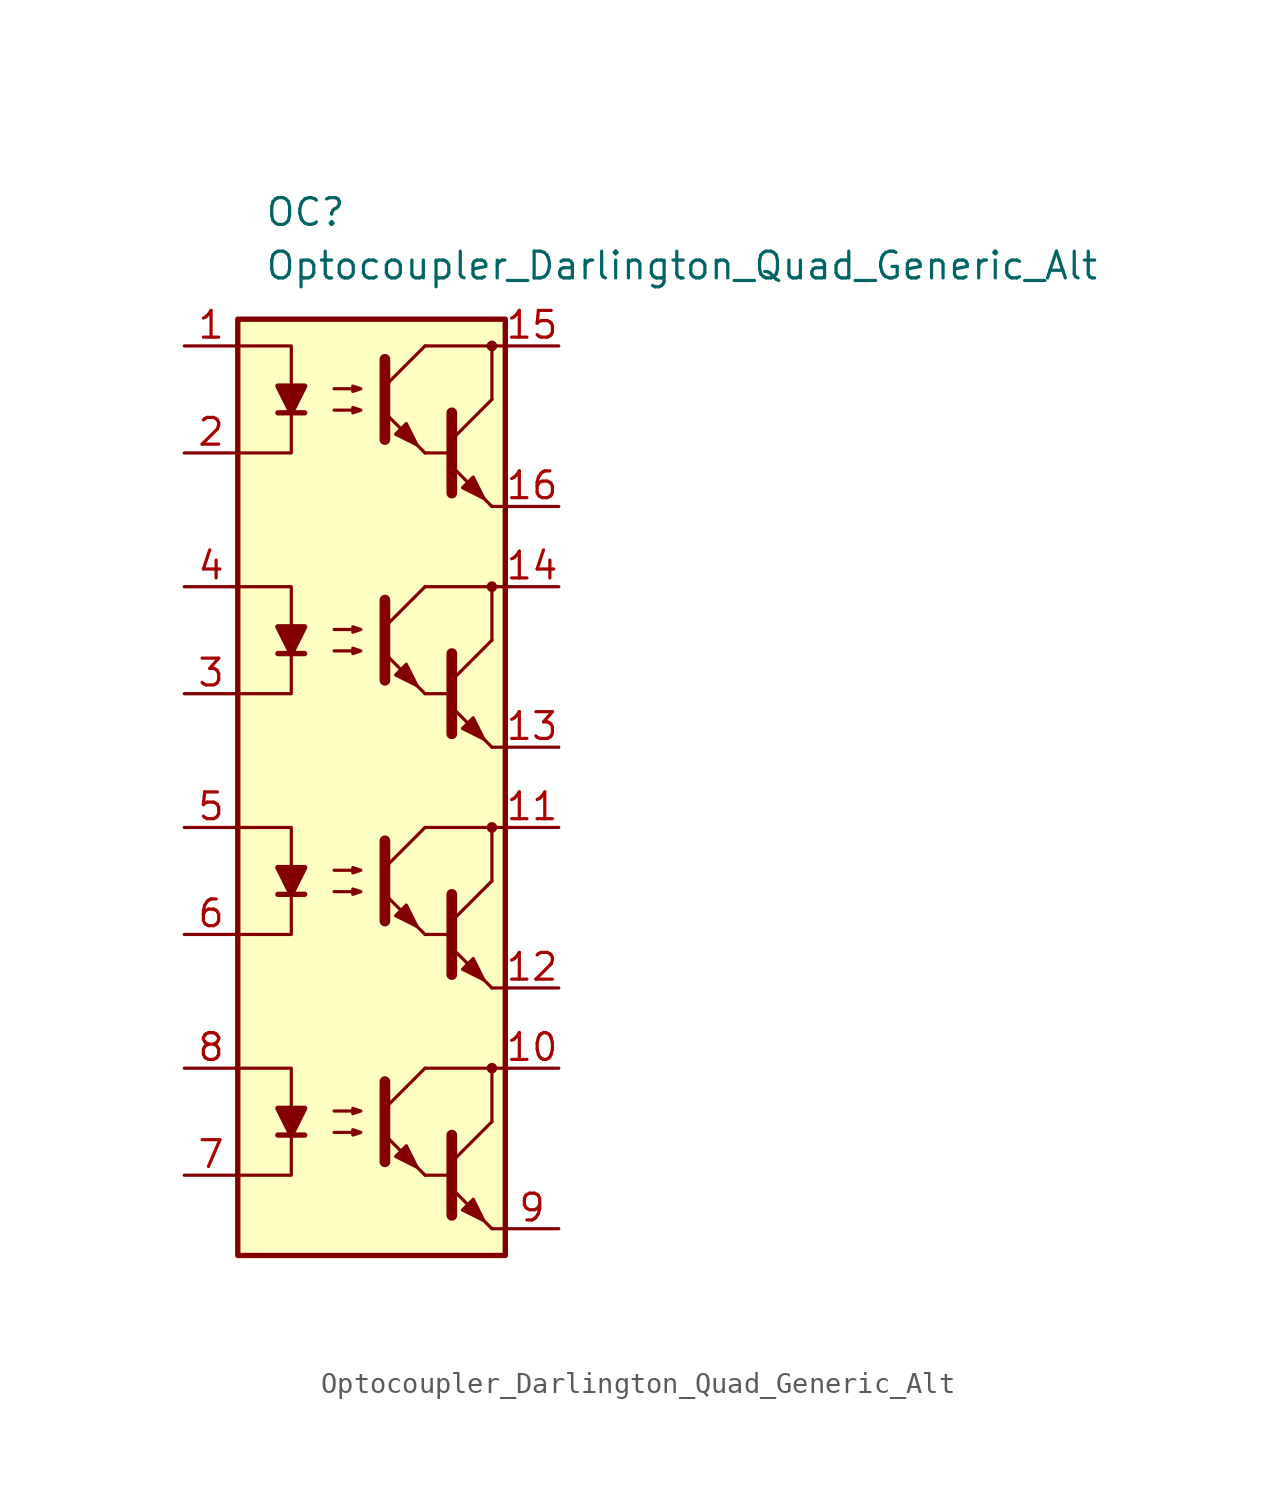
<source format=kicad_sym>
(kicad_symbol_lib
  (version 20211014)
  (generator kicad_symbol_editor)
  (symbol "Optocoupler_Darlington_Quad_Generic_Alt"
    (pin_names
      (offset 1.016))
    (property "Reference" "OC"
      (at -5.08 26.67 0)
      (effects (font (size 1.27 1.27)) (justify left)))
    (property "Value" "Optocoupler_Darlington_Quad_Generic_Alt"
      (at -5.08 24.13 0)
      (effects (font (size 1.27 1.27)) (justify left)))
    (symbol "Optocoupler_Darlington_Quad_Generic_Alt_0_1"
      (rectangle (start -6.35 21.59) (end 6.35 -22.86) (stroke (width 0.254) (type default) (color 0 0 0 0)) (fill (type background)))
      (polyline (pts (xy -4.445 17.145) (xy -3.175 17.145)) (stroke (width 0.254) (type default) (color 0 0 0 0)) (fill (type none)))
      (polyline (pts (xy 2.54 15.24) (xy 3.81 15.24)) (stroke (width 0) (type default) (color 0 0 0 0)) (fill (type none)))
      (polyline (pts (xy 3.81 15.875) (xy 5.715 17.78)) (stroke (width 0) (type default) (color 0 0 0 0)) (fill (type none)))
      (polyline (pts (xy 5.715 12.7) (xy 3.81 14.605)) (stroke (width 0) (type default) (color 0 0 0 0)) (fill (type outline)))
      (polyline (pts (xy 5.715 12.7) (xy 6.35 12.7)) (stroke (width 0) (type default) (color 0 0 0 0)) (fill (type none)))
      (polyline (pts (xy 5.715 17.78) (xy 5.715 20.32)) (stroke (width 0) (type default) (color 0 0 0 0)) (fill (type none)))
      (polyline (pts (xy 6.35 20.32) (xy 2.54 20.32)) (stroke (width 0) (type default) (color 0 0 0 0)) (fill (type none)))
      (polyline (pts (xy -6.35 20.32) (xy -3.81 20.32) (xy -3.81 17.145)) (stroke (width 0) (type default) (color 0 0 0 0)) (fill (type none)))
      (polyline (pts (xy -3.81 17.145) (xy -3.81 15.24) (xy -6.35 15.24)) (stroke (width 0) (type default) (color 0 0 0 0)) (fill (type none)))
      (polyline (pts (xy 3.81 17.145) (xy 3.81 13.335) (xy 3.81 13.335)) (stroke (width 0.508) (type default) (color 0 0 0 0)) (fill (type none)))
      (polyline (pts (xy -3.81 17.145) (xy -4.445 18.415) (xy -3.175 18.415) (xy -3.81 17.145)) (stroke (width 0.254) (type default) (color 0 0 0 0)) (fill (type outline)))
      (polyline (pts (xy -1.778 17.272) (xy -0.508 17.272) (xy -0.889 17.145) (xy -0.889 17.399) (xy -0.508 17.272)) (stroke (width 0) (type default) (color 0 0 0 0)) (fill (type none)))
      (polyline (pts (xy -1.778 18.288) (xy -0.508 18.288) (xy -0.889 18.161) (xy -0.889 18.415) (xy -0.508 18.288)) (stroke (width 0) (type default) (color 0 0 0 0)) (fill (type none)))
      (polyline (pts (xy 4.318 13.589) (xy 4.826 14.097) (xy 5.334 13.081) (xy 4.318 13.589) (xy 4.318 13.589)) (stroke (width 0) (type default) (color 0 0 0 0)) (fill (type outline)))
      (circle (center 5.715 20.32) (radius 0.178) (stroke (width 0) (type default) (color 0 0 0 0)) (fill (type outline))))
    (symbol "Optocoupler_Darlington_Quad_Generic_Alt_1_1"
      (polyline (pts (xy -4.445 -17.145) (xy -3.175 -17.145)) (stroke (width 0.254) (type default) (color 0 0 0 0)) (fill (type none)))
      (polyline (pts (xy -4.445 -5.715) (xy -3.175 -5.715)) (stroke (width 0.254) (type default) (color 0 0 0 0)) (fill (type none)))
      (polyline (pts (xy -4.445 5.715) (xy -3.175 5.715)) (stroke (width 0.254) (type default) (color 0 0 0 0)) (fill (type none)))
      (polyline (pts (xy 0.635 -15.875) (xy 2.54 -13.97)) (stroke (width 0) (type default) (color 0 0 0 0)) (fill (type none)))
      (polyline (pts (xy 0.635 -4.445) (xy 2.54 -2.54)) (stroke (width 0) (type default) (color 0 0 0 0)) (fill (type none)))
      (polyline (pts (xy 0.635 6.985) (xy 2.54 8.89)) (stroke (width 0) (type default) (color 0 0 0 0)) (fill (type none)))
      (polyline (pts (xy 0.635 18.415) (xy 2.54 20.32)) (stroke (width 0) (type default) (color 0 0 0 0)) (fill (type none)))
      (polyline (pts (xy 2.54 -19.05) (xy 0.635 -17.145)) (stroke (width 0) (type default) (color 0 0 0 0)) (fill (type outline)))
      (polyline (pts (xy 2.54 -19.05) (xy 3.81 -19.05)) (stroke (width 0) (type default) (color 0 0 0 0)) (fill (type none)))
      (polyline (pts (xy 2.54 -7.62) (xy 0.635 -5.715)) (stroke (width 0) (type default) (color 0 0 0 0)) (fill (type outline)))
      (polyline (pts (xy 2.54 -7.62) (xy 3.81 -7.62)) (stroke (width 0) (type default) (color 0 0 0 0)) (fill (type none)))
      (polyline (pts (xy 2.54 3.81) (xy 0.635 5.715)) (stroke (width 0) (type default) (color 0 0 0 0)) (fill (type outline)))
      (polyline (pts (xy 2.54 3.81) (xy 3.81 3.81)) (stroke (width 0) (type default) (color 0 0 0 0)) (fill (type none)))
      (polyline (pts (xy 2.54 15.24) (xy 0.635 17.145)) (stroke (width 0) (type default) (color 0 0 0 0)) (fill (type outline)))
      (polyline (pts (xy 3.81 -18.415) (xy 5.715 -16.51)) (stroke (width 0) (type default) (color 0 0 0 0)) (fill (type none)))
      (polyline (pts (xy 3.81 -6.985) (xy 5.715 -5.08)) (stroke (width 0) (type default) (color 0 0 0 0)) (fill (type none)))
      (polyline (pts (xy 3.81 4.445) (xy 5.715 6.35)) (stroke (width 0) (type default) (color 0 0 0 0)) (fill (type none)))
      (polyline (pts (xy 5.715 -21.59) (xy 3.81 -19.685)) (stroke (width 0) (type default) (color 0 0 0 0)) (fill (type outline)))
      (polyline (pts (xy 5.715 -21.59) (xy 6.35 -21.59)) (stroke (width 0) (type default) (color 0 0 0 0)) (fill (type none)))
      (polyline (pts (xy 5.715 -16.51) (xy 5.715 -13.97)) (stroke (width 0) (type default) (color 0 0 0 0)) (fill (type none)))
      (polyline (pts (xy 5.715 -10.16) (xy 3.81 -8.255)) (stroke (width 0) (type default) (color 0 0 0 0)) (fill (type outline)))
      (polyline (pts (xy 5.715 -10.16) (xy 6.35 -10.16)) (stroke (width 0) (type default) (color 0 0 0 0)) (fill (type none)))
      (polyline (pts (xy 5.715 -5.08) (xy 5.715 -2.54)) (stroke (width 0) (type default) (color 0 0 0 0)) (fill (type none)))
      (polyline (pts (xy 5.715 1.27) (xy 3.81 3.175)) (stroke (width 0) (type default) (color 0 0 0 0)) (fill (type outline)))
      (polyline (pts (xy 5.715 1.27) (xy 6.35 1.27)) (stroke (width 0) (type default) (color 0 0 0 0)) (fill (type none)))
      (polyline (pts (xy 5.715 6.35) (xy 5.715 8.89)) (stroke (width 0) (type default) (color 0 0 0 0)) (fill (type none)))
      (polyline (pts (xy 6.35 -13.97) (xy 2.54 -13.97)) (stroke (width 0) (type default) (color 0 0 0 0)) (fill (type none)))
      (polyline (pts (xy 6.35 -2.54) (xy 2.54 -2.54)) (stroke (width 0) (type default) (color 0 0 0 0)) (fill (type none)))
      (polyline (pts (xy 6.35 8.89) (xy 2.54 8.89)) (stroke (width 0) (type default) (color 0 0 0 0)) (fill (type none)))
      (polyline (pts (xy -6.35 -13.97) (xy -3.81 -13.97) (xy -3.81 -17.145)) (stroke (width 0) (type default) (color 0 0 0 0)) (fill (type none)))
      (polyline (pts (xy -6.35 -2.54) (xy -3.81 -2.54) (xy -3.81 -5.715)) (stroke (width 0) (type default) (color 0 0 0 0)) (fill (type none)))
      (polyline (pts (xy -6.35 8.89) (xy -3.81 8.89) (xy -3.81 5.715)) (stroke (width 0) (type default) (color 0 0 0 0)) (fill (type none)))
      (polyline (pts (xy -3.81 -17.145) (xy -3.81 -19.05) (xy -6.35 -19.05)) (stroke (width 0) (type default) (color 0 0 0 0)) (fill (type none)))
      (polyline (pts (xy -3.81 -5.715) (xy -3.81 -7.62) (xy -6.35 -7.62)) (stroke (width 0) (type default) (color 0 0 0 0)) (fill (type none)))
      (polyline (pts (xy -3.81 5.715) (xy -3.81 3.81) (xy -6.35 3.81)) (stroke (width 0) (type default) (color 0 0 0 0)) (fill (type none)))
      (polyline (pts (xy 0.635 -14.605) (xy 0.635 -18.415) (xy 0.635 -18.415)) (stroke (width 0.508) (type default) (color 0 0 0 0)) (fill (type none)))
      (polyline (pts (xy 0.635 -3.175) (xy 0.635 -6.985) (xy 0.635 -6.985)) (stroke (width 0.508) (type default) (color 0 0 0 0)) (fill (type none)))
      (polyline (pts (xy 0.635 8.255) (xy 0.635 4.445) (xy 0.635 4.445)) (stroke (width 0.508) (type default) (color 0 0 0 0)) (fill (type none)))
      (polyline (pts (xy 0.635 19.685) (xy 0.635 15.875) (xy 0.635 15.875)) (stroke (width 0.508) (type default) (color 0 0 0 0)) (fill (type none)))
      (polyline (pts (xy 3.81 -17.145) (xy 3.81 -20.955) (xy 3.81 -20.955)) (stroke (width 0.508) (type default) (color 0 0 0 0)) (fill (type none)))
      (polyline (pts (xy 3.81 -5.715) (xy 3.81 -9.525) (xy 3.81 -9.525)) (stroke (width 0.508) (type default) (color 0 0 0 0)) (fill (type none)))
      (polyline (pts (xy 3.81 5.715) (xy 3.81 1.905) (xy 3.81 1.905)) (stroke (width 0.508) (type default) (color 0 0 0 0)) (fill (type none)))
      (polyline (pts (xy -3.81 -17.145) (xy -4.445 -15.875) (xy -3.175 -15.875) (xy -3.81 -17.145)) (stroke (width 0.254) (type default) (color 0 0 0 0)) (fill (type outline)))
      (polyline (pts (xy -3.81 -5.715) (xy -4.445 -4.445) (xy -3.175 -4.445) (xy -3.81 -5.715)) (stroke (width 0.254) (type default) (color 0 0 0 0)) (fill (type outline)))
      (polyline (pts (xy -3.81 5.715) (xy -4.445 6.985) (xy -3.175 6.985) (xy -3.81 5.715)) (stroke (width 0.254) (type default) (color 0 0 0 0)) (fill (type outline)))
      (polyline (pts (xy -1.778 -17.018) (xy -0.508 -17.018) (xy -0.889 -17.145) (xy -0.889 -16.891) (xy -0.508 -17.018)) (stroke (width 0) (type default) (color 0 0 0 0)) (fill (type none)))
      (polyline (pts (xy -1.778 -16.002) (xy -0.508 -16.002) (xy -0.889 -16.129) (xy -0.889 -15.875) (xy -0.508 -16.002)) (stroke (width 0) (type default) (color 0 0 0 0)) (fill (type none)))
      (polyline (pts (xy -1.778 -5.588) (xy -0.508 -5.588) (xy -0.889 -5.715) (xy -0.889 -5.461) (xy -0.508 -5.588)) (stroke (width 0) (type default) (color 0 0 0 0)) (fill (type none)))
      (polyline (pts (xy -1.778 -4.572) (xy -0.508 -4.572) (xy -0.889 -4.699) (xy -0.889 -4.445) (xy -0.508 -4.572)) (stroke (width 0) (type default) (color 0 0 0 0)) (fill (type none)))
      (polyline (pts (xy -1.778 5.842) (xy -0.508 5.842) (xy -0.889 5.715) (xy -0.889 5.969) (xy -0.508 5.842)) (stroke (width 0) (type default) (color 0 0 0 0)) (fill (type none)))
      (polyline (pts (xy -1.778 6.858) (xy -0.508 6.858) (xy -0.889 6.731) (xy -0.889 6.985) (xy -0.508 6.858)) (stroke (width 0) (type default) (color 0 0 0 0)) (fill (type none)))
      (polyline (pts (xy 1.143 -18.161) (xy 1.651 -17.653) (xy 2.159 -18.669) (xy 1.143 -18.161) (xy 1.143 -18.161)) (stroke (width 0) (type default) (color 0 0 0 0)) (fill (type outline)))
      (polyline (pts (xy 1.143 -6.731) (xy 1.651 -6.223) (xy 2.159 -7.239) (xy 1.143 -6.731) (xy 1.143 -6.731)) (stroke (width 0) (type default) (color 0 0 0 0)) (fill (type outline)))
      (polyline (pts (xy 1.143 4.699) (xy 1.651 5.207) (xy 2.159 4.191) (xy 1.143 4.699) (xy 1.143 4.699)) (stroke (width 0) (type default) (color 0 0 0 0)) (fill (type outline)))
      (polyline (pts (xy 1.143 16.129) (xy 1.651 16.637) (xy 2.159 15.621) (xy 1.143 16.129) (xy 1.143 16.129)) (stroke (width 0) (type default) (color 0 0 0 0)) (fill (type outline)))
      (polyline (pts (xy 4.318 -20.701) (xy 4.826 -20.193) (xy 5.334 -21.209) (xy 4.318 -20.701) (xy 4.318 -20.701)) (stroke (width 0) (type default) (color 0 0 0 0)) (fill (type outline)))
      (polyline (pts (xy 4.318 -9.271) (xy 4.826 -8.763) (xy 5.334 -9.779) (xy 4.318 -9.271) (xy 4.318 -9.271)) (stroke (width 0) (type default) (color 0 0 0 0)) (fill (type outline)))
      (polyline (pts (xy 4.318 2.159) (xy 4.826 2.667) (xy 5.334 1.651) (xy 4.318 2.159) (xy 4.318 2.159)) (stroke (width 0) (type default) (color 0 0 0 0)) (fill (type outline)))
      (circle (center 5.715 -13.97) (radius 0.178) (stroke (width 0) (type default) (color 0 0 0 0)) (fill (type outline)))
      (circle (center 5.715 -2.54) (radius 0.178) (stroke (width 0) (type default) (color 0 0 0 0)) (fill (type outline)))
      (circle (center 5.715 8.89) (radius 0.178) (stroke (width 0) (type default) (color 0 0 0 0)) (fill (type outline)))
      (pin passive line (at -8.89 20.32 0) (length 2.54) (name "~" (effects (font (size 1.27 1.27)))) (number "1" (effects (font (size 1.27 1.27)))))
      (pin passive line (at 8.89 -13.97 180) (length 2.54) (name "~" (effects (font (size 1.27 1.27)))) (number "10" (effects (font (size 1.27 1.27)))))
      (pin passive line (at 8.89 -2.54 180) (length 2.54) (name "~" (effects (font (size 1.27 1.27)))) (number "11" (effects (font (size 1.27 1.27)))))
      (pin passive line (at 8.89 -10.16 180) (length 2.54) (name "~" (effects (font (size 1.27 1.27)))) (number "12" (effects (font (size 1.27 1.27)))))
      (pin passive line (at 8.89 1.27 180) (length 2.54) (name "~" (effects (font (size 1.27 1.27)))) (number "13" (effects (font (size 1.27 1.27)))))
      (pin passive line (at 8.89 8.89 180) (length 2.54) (name "~" (effects (font (size 1.27 1.27)))) (number "14" (effects (font (size 1.27 1.27)))))
      (pin passive line (at 8.89 20.32 180) (length 2.54) (name "~" (effects (font (size 1.27 1.27)))) (number "15" (effects (font (size 1.27 1.27)))))
      (pin passive line (at 8.89 12.7 180) (length 2.54) (name "~" (effects (font (size 1.27 1.27)))) (number "16" (effects (font (size 1.27 1.27)))))
      (pin passive line (at -8.89 15.24 0) (length 2.54) (name "~" (effects (font (size 1.27 1.27)))) (number "2" (effects (font (size 1.27 1.27)))))
      (pin passive line (at -8.89 3.81 0) (length 2.54) (name "~" (effects (font (size 1.27 1.27)))) (number "3" (effects (font (size 1.27 1.27)))))
      (pin passive line (at -8.89 8.89 0) (length 2.54) (name "~" (effects (font (size 1.27 1.27)))) (number "4" (effects (font (size 1.27 1.27)))))
      (pin passive line (at -8.89 -2.54 0) (length 2.54) (name "~" (effects (font (size 1.27 1.27)))) (number "5" (effects (font (size 1.27 1.27)))))
      (pin passive line (at -8.89 -7.62 0) (length 2.54) (name "~" (effects (font (size 1.27 1.27)))) (number "6" (effects (font (size 1.27 1.27)))))
      (pin passive line (at -8.89 -19.05 0) (length 2.54) (name "~" (effects (font (size 1.27 1.27)))) (number "7" (effects (font (size 1.27 1.27)))))
      (pin passive line (at -8.89 -13.97 0) (length 2.54) (name "~" (effects (font (size 1.27 1.27)))) (number "8" (effects (font (size 1.27 1.27)))))
      (pin passive line (at 8.89 -21.59 180) (length 2.54) (name "~" (effects (font (size 1.27 1.27)))) (number "9" (effects (font (size 1.27 1.27))))))))
</source>
